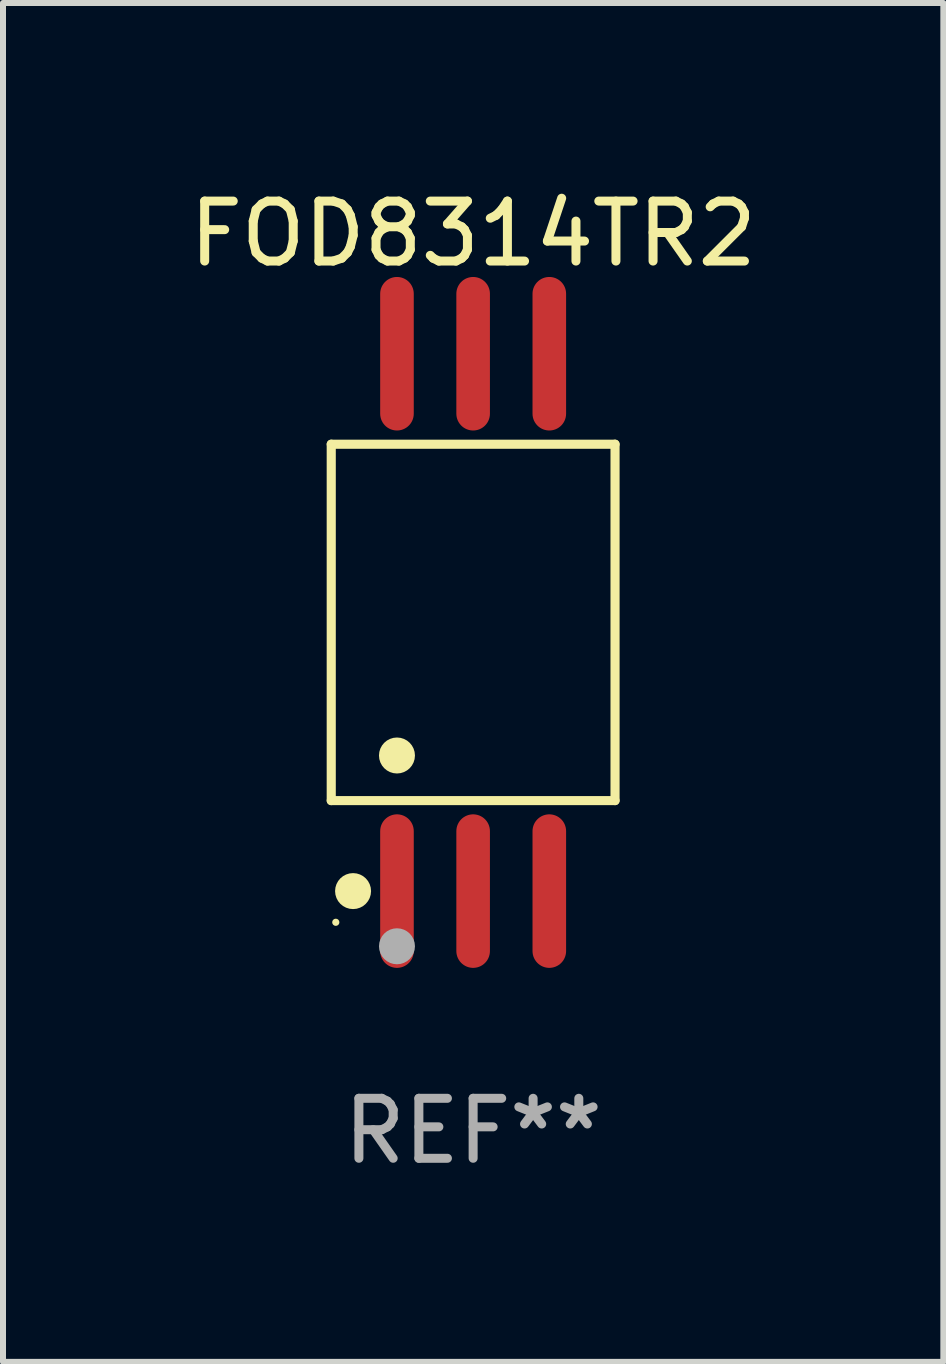
<source format=kicad_pcb>
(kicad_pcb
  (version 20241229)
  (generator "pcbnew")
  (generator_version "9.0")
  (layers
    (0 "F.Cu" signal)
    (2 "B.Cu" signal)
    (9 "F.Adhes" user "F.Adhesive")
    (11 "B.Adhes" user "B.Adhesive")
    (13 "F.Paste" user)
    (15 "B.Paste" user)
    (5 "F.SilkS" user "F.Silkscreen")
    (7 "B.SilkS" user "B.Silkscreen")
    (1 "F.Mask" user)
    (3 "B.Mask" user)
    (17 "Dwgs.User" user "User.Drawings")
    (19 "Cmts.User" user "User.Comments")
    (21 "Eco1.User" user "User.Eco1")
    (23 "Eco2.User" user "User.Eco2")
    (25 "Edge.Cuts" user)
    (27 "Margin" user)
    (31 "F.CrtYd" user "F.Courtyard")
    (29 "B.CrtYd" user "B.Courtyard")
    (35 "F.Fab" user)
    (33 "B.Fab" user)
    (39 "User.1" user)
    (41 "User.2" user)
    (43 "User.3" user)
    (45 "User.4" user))
  (footprint "FOD8314TR2"
    (layer "F.Cu")
    (at 4.839 7.328)
    (property "Reference" "FOD8314TR2" (at 0 -6.48 0) (layer "F.SilkS") (effects (font (size 1 1) (thickness 0.15))))
    (attr through_hole)
    (fp_line (start -2.366 -2.971) (end 2.366 -2.971) (stroke (width 0.152) (type solid)) (layer "F.SilkS"))
    (fp_line (start -2.366 2.971) (end -2.366 -2.971) (stroke (width 0.152) (type solid)) (layer "F.SilkS"))
    (fp_line (start 2.366 -2.971) (end 2.366 2.971) (stroke (width 0.152) (type solid)) (layer "F.SilkS"))
    (fp_line (start 2.366 2.971) (end -2.366 2.971) (stroke (width 0.152) (type solid)) (layer "F.SilkS"))
    (fp_circle (center -2.29 5) (end -2.26 5) (stroke (width 0.06) (type solid)) (fill no) (layer "F.SilkS"))
    (fp_circle (center -2.002 4.48) (end -1.852 4.48) (stroke (width 0.3) (type solid)) (fill no) (layer "F.SilkS"))
    (fp_circle (center -1.27 2.219) (end -1.12 2.219) (stroke (width 0.3) (type solid)) (fill no) (layer "F.SilkS"))
    (fp_circle (center -1.27 5.4) (end -1.12 5.4) (stroke (width 0.3) (type solid)) (fill no) (layer "F.Fab"))
    (fp_text user "REF**" (at 0 8.48 0) (layer "F.Fab") (effects (font (size 1 1) (thickness 0.15))))
    (pad "1" smd oval (at -1.27 4.48) (size 0.56 2.56) (layers "F.Cu" "F.Mask" "F.Paste"))
    (pad "2" smd oval (at 0 4.48) (size 0.56 2.56) (layers "F.Cu" "F.Mask" "F.Paste"))
    (pad "3" smd oval (at 1.27 4.48) (size 0.56 2.56) (layers "F.Cu" "F.Mask" "F.Paste"))
    (pad "4" smd oval (at 1.27 -4.48) (size 0.56 2.56) (layers "F.Cu" "F.Mask" "F.Paste"))
    (pad "5" smd oval (at 0 -4.48) (size 0.56 2.56) (layers "F.Cu" "F.Mask" "F.Paste"))
    (pad "6" smd oval (at -1.27 -4.48) (size 0.56 2.56) (layers "F.Cu" "F.Mask" "F.Paste")))
  (gr_rect
    (start -3 -3)
    (end 12.679 19.657)
    (stroke (width 0.1) (type default))
    (fill no)
    (layer "Edge.Cuts")))
</source>
